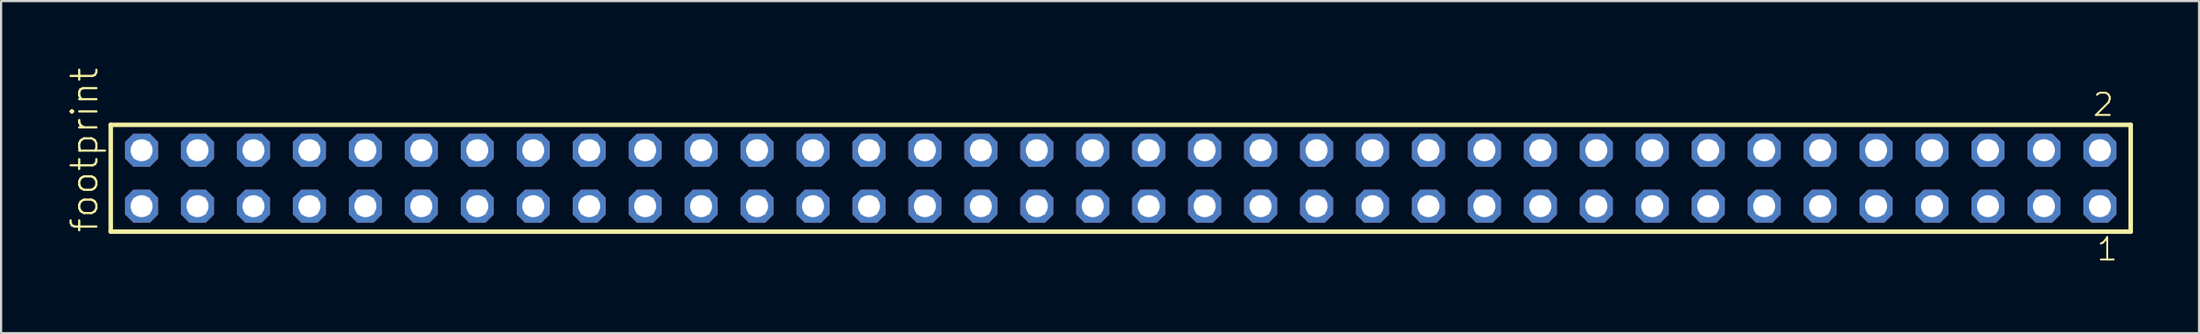
<source format=kicad_pcb>
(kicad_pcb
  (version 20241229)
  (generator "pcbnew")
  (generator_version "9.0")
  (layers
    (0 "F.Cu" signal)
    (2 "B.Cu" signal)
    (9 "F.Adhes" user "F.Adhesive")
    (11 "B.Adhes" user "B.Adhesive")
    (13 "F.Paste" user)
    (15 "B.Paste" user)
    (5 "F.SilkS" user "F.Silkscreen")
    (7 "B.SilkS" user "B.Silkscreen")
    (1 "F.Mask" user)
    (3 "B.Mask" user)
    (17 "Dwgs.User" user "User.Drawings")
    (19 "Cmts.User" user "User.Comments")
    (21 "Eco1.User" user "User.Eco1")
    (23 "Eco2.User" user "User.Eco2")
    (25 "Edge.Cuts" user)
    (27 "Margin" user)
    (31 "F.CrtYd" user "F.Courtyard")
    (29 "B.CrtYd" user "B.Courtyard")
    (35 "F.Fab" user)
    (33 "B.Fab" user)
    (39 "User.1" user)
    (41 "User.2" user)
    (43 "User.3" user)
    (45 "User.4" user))
  (footprint "footprint"
    (layer "F.Cu")
    (at 47.828 5.042)
    (property "Reference" "footprint" (at -46.355 2.54 90) (layer "F.SilkS") (effects (font (size 1.168 1.168) (thickness 0.102)) (justify left bottom)))
    (fp_line (start -45.849 -2.425) (end 45.849 -2.425) (stroke (width 0.203) (type solid)) (layer "F.SilkS"))
    (fp_line (start -45.849 2.425) (end -45.849 -2.425) (stroke (width 0.203) (type solid)) (layer "F.SilkS"))
    (fp_line (start 45.849 -2.425) (end 45.849 2.425) (stroke (width 0.203) (type solid)) (layer "F.SilkS"))
    (fp_line (start 45.849 2.425) (end -45.849 2.425) (stroke (width 0.203) (type solid)) (layer "F.SilkS"))
    (fp_poly (pts (xy -44.8 -0.92) (xy -44.1 -0.92) (xy -44.1 -1.62) (xy -44.8 -1.62)) (stroke (width 0.1) (type solid)) (fill no) (layer "F.Fab"))
    (fp_poly (pts (xy -44.8 1.62) (xy -44.1 1.62) (xy -44.1 0.92) (xy -44.8 0.92)) (stroke (width 0.1) (type solid)) (fill no) (layer "F.Fab"))
    (fp_poly (pts (xy -42.26 -0.92) (xy -41.56 -0.92) (xy -41.56 -1.62) (xy -42.26 -1.62)) (stroke (width 0.1) (type solid)) (fill no) (layer "F.Fab"))
    (fp_poly (pts (xy -42.26 1.62) (xy -41.56 1.62) (xy -41.56 0.92) (xy -42.26 0.92)) (stroke (width 0.1) (type solid)) (fill no) (layer "F.Fab"))
    (fp_poly (pts (xy -39.72 -0.92) (xy -39.02 -0.92) (xy -39.02 -1.62) (xy -39.72 -1.62)) (stroke (width 0.1) (type solid)) (fill no) (layer "F.Fab"))
    (fp_poly (pts (xy -39.72 1.62) (xy -39.02 1.62) (xy -39.02 0.92) (xy -39.72 0.92)) (stroke (width 0.1) (type solid)) (fill no) (layer "F.Fab"))
    (fp_poly (pts (xy -37.18 -0.92) (xy -36.48 -0.92) (xy -36.48 -1.62) (xy -37.18 -1.62)) (stroke (width 0.1) (type solid)) (fill no) (layer "F.Fab"))
    (fp_poly (pts (xy -37.18 1.62) (xy -36.48 1.62) (xy -36.48 0.92) (xy -37.18 0.92)) (stroke (width 0.1) (type solid)) (fill no) (layer "F.Fab"))
    (fp_poly (pts (xy -34.64 -0.92) (xy -33.94 -0.92) (xy -33.94 -1.62) (xy -34.64 -1.62)) (stroke (width 0.1) (type solid)) (fill no) (layer "F.Fab"))
    (fp_poly (pts (xy -34.64 1.62) (xy -33.94 1.62) (xy -33.94 0.92) (xy -34.64 0.92)) (stroke (width 0.1) (type solid)) (fill no) (layer "F.Fab"))
    (fp_poly (pts (xy -32.1 -0.92) (xy -31.4 -0.92) (xy -31.4 -1.62) (xy -32.1 -1.62)) (stroke (width 0.1) (type solid)) (fill no) (layer "F.Fab"))
    (fp_poly (pts (xy -32.1 1.62) (xy -31.4 1.62) (xy -31.4 0.92) (xy -32.1 0.92)) (stroke (width 0.1) (type solid)) (fill no) (layer "F.Fab"))
    (fp_poly (pts (xy -29.56 -0.92) (xy -28.86 -0.92) (xy -28.86 -1.62) (xy -29.56 -1.62)) (stroke (width 0.1) (type solid)) (fill no) (layer "F.Fab"))
    (fp_poly (pts (xy -29.56 1.62) (xy -28.86 1.62) (xy -28.86 0.92) (xy -29.56 0.92)) (stroke (width 0.1) (type solid)) (fill no) (layer "F.Fab"))
    (fp_poly (pts (xy -27.02 -0.92) (xy -26.32 -0.92) (xy -26.32 -1.62) (xy -27.02 -1.62)) (stroke (width 0.1) (type solid)) (fill no) (layer "F.Fab"))
    (fp_poly (pts (xy -27.02 1.62) (xy -26.32 1.62) (xy -26.32 0.92) (xy -27.02 0.92)) (stroke (width 0.1) (type solid)) (fill no) (layer "F.Fab"))
    (fp_poly (pts (xy -24.48 -0.92) (xy -23.78 -0.92) (xy -23.78 -1.62) (xy -24.48 -1.62)) (stroke (width 0.1) (type solid)) (fill no) (layer "F.Fab"))
    (fp_poly (pts (xy -24.48 1.62) (xy -23.78 1.62) (xy -23.78 0.92) (xy -24.48 0.92)) (stroke (width 0.1) (type solid)) (fill no) (layer "F.Fab"))
    (fp_poly (pts (xy -21.94 -0.92) (xy -21.24 -0.92) (xy -21.24 -1.62) (xy -21.94 -1.62)) (stroke (width 0.1) (type solid)) (fill no) (layer "F.Fab"))
    (fp_poly (pts (xy -21.94 1.62) (xy -21.24 1.62) (xy -21.24 0.92) (xy -21.94 0.92)) (stroke (width 0.1) (type solid)) (fill no) (layer "F.Fab"))
    (fp_poly (pts (xy -19.4 -0.92) (xy -18.7 -0.92) (xy -18.7 -1.62) (xy -19.4 -1.62)) (stroke (width 0.1) (type solid)) (fill no) (layer "F.Fab"))
    (fp_poly (pts (xy -19.4 1.62) (xy -18.7 1.62) (xy -18.7 0.92) (xy -19.4 0.92)) (stroke (width 0.1) (type solid)) (fill no) (layer "F.Fab"))
    (fp_poly (pts (xy -16.86 -0.92) (xy -16.16 -0.92) (xy -16.16 -1.62) (xy -16.86 -1.62)) (stroke (width 0.1) (type solid)) (fill no) (layer "F.Fab"))
    (fp_poly (pts (xy -16.86 1.62) (xy -16.16 1.62) (xy -16.16 0.92) (xy -16.86 0.92)) (stroke (width 0.1) (type solid)) (fill no) (layer "F.Fab"))
    (fp_poly (pts (xy -14.32 -0.92) (xy -13.62 -0.92) (xy -13.62 -1.62) (xy -14.32 -1.62)) (stroke (width 0.1) (type solid)) (fill no) (layer "F.Fab"))
    (fp_poly (pts (xy -14.32 1.62) (xy -13.62 1.62) (xy -13.62 0.92) (xy -14.32 0.92)) (stroke (width 0.1) (type solid)) (fill no) (layer "F.Fab"))
    (fp_poly (pts (xy -11.78 -0.92) (xy -11.08 -0.92) (xy -11.08 -1.62) (xy -11.78 -1.62)) (stroke (width 0.1) (type solid)) (fill no) (layer "F.Fab"))
    (fp_poly (pts (xy -11.78 1.62) (xy -11.08 1.62) (xy -11.08 0.92) (xy -11.78 0.92)) (stroke (width 0.1) (type solid)) (fill no) (layer "F.Fab"))
    (fp_poly (pts (xy -9.24 -0.92) (xy -8.54 -0.92) (xy -8.54 -1.62) (xy -9.24 -1.62)) (stroke (width 0.1) (type solid)) (fill no) (layer "F.Fab"))
    (fp_poly (pts (xy -9.24 1.62) (xy -8.54 1.62) (xy -8.54 0.92) (xy -9.24 0.92)) (stroke (width 0.1) (type solid)) (fill no) (layer "F.Fab"))
    (fp_poly (pts (xy -6.7 -0.92) (xy -6 -0.92) (xy -6 -1.62) (xy -6.7 -1.62)) (stroke (width 0.1) (type solid)) (fill no) (layer "F.Fab"))
    (fp_poly (pts (xy -6.7 1.62) (xy -6 1.62) (xy -6 0.92) (xy -6.7 0.92)) (stroke (width 0.1) (type solid)) (fill no) (layer "F.Fab"))
    (fp_poly (pts (xy -4.16 -0.92) (xy -3.46 -0.92) (xy -3.46 -1.62) (xy -4.16 -1.62)) (stroke (width 0.1) (type solid)) (fill no) (layer "F.Fab"))
    (fp_poly (pts (xy -4.16 1.62) (xy -3.46 1.62) (xy -3.46 0.92) (xy -4.16 0.92)) (stroke (width 0.1) (type solid)) (fill no) (layer "F.Fab"))
    (fp_poly (pts (xy -1.62 -0.92) (xy -0.92 -0.92) (xy -0.92 -1.62) (xy -1.62 -1.62)) (stroke (width 0.1) (type solid)) (fill no) (layer "F.Fab"))
    (fp_poly (pts (xy -1.62 1.62) (xy -0.92 1.62) (xy -0.92 0.92) (xy -1.62 0.92)) (stroke (width 0.1) (type solid)) (fill no) (layer "F.Fab"))
    (fp_poly (pts (xy 0.92 -0.92) (xy 1.62 -0.92) (xy 1.62 -1.62) (xy 0.92 -1.62)) (stroke (width 0.1) (type solid)) (fill no) (layer "F.Fab"))
    (fp_poly (pts (xy 0.92 1.62) (xy 1.62 1.62) (xy 1.62 0.92) (xy 0.92 0.92)) (stroke (width 0.1) (type solid)) (fill no) (layer "F.Fab"))
    (fp_poly (pts (xy 3.46 -0.92) (xy 4.16 -0.92) (xy 4.16 -1.62) (xy 3.46 -1.62)) (stroke (width 0.1) (type solid)) (fill no) (layer "F.Fab"))
    (fp_poly (pts (xy 3.46 1.62) (xy 4.16 1.62) (xy 4.16 0.92) (xy 3.46 0.92)) (stroke (width 0.1) (type solid)) (fill no) (layer "F.Fab"))
    (fp_poly (pts (xy 6 -0.92) (xy 6.7 -0.92) (xy 6.7 -1.62) (xy 6 -1.62)) (stroke (width 0.1) (type solid)) (fill no) (layer "F.Fab"))
    (fp_poly (pts (xy 6 1.62) (xy 6.7 1.62) (xy 6.7 0.92) (xy 6 0.92)) (stroke (width 0.1) (type solid)) (fill no) (layer "F.Fab"))
    (fp_poly (pts (xy 8.54 -0.92) (xy 9.24 -0.92) (xy 9.24 -1.62) (xy 8.54 -1.62)) (stroke (width 0.1) (type solid)) (fill no) (layer "F.Fab"))
    (fp_poly (pts (xy 8.54 1.62) (xy 9.24 1.62) (xy 9.24 0.92) (xy 8.54 0.92)) (stroke (width 0.1) (type solid)) (fill no) (layer "F.Fab"))
    (fp_poly (pts (xy 11.08 -0.92) (xy 11.78 -0.92) (xy 11.78 -1.62) (xy 11.08 -1.62)) (stroke (width 0.1) (type solid)) (fill no) (layer "F.Fab"))
    (fp_poly (pts (xy 11.08 1.62) (xy 11.78 1.62) (xy 11.78 0.92) (xy 11.08 0.92)) (stroke (width 0.1) (type solid)) (fill no) (layer "F.Fab"))
    (fp_poly (pts (xy 13.62 -0.92) (xy 14.32 -0.92) (xy 14.32 -1.62) (xy 13.62 -1.62)) (stroke (width 0.1) (type solid)) (fill no) (layer "F.Fab"))
    (fp_poly (pts (xy 13.62 1.62) (xy 14.32 1.62) (xy 14.32 0.92) (xy 13.62 0.92)) (stroke (width 0.1) (type solid)) (fill no) (layer "F.Fab"))
    (fp_poly (pts (xy 16.16 -0.92) (xy 16.86 -0.92) (xy 16.86 -1.62) (xy 16.16 -1.62)) (stroke (width 0.1) (type solid)) (fill no) (layer "F.Fab"))
    (fp_poly (pts (xy 16.16 1.62) (xy 16.86 1.62) (xy 16.86 0.92) (xy 16.16 0.92)) (stroke (width 0.1) (type solid)) (fill no) (layer "F.Fab"))
    (fp_poly (pts (xy 18.7 -0.92) (xy 19.4 -0.92) (xy 19.4 -1.62) (xy 18.7 -1.62)) (stroke (width 0.1) (type solid)) (fill no) (layer "F.Fab"))
    (fp_poly (pts (xy 18.7 1.62) (xy 19.4 1.62) (xy 19.4 0.92) (xy 18.7 0.92)) (stroke (width 0.1) (type solid)) (fill no) (layer "F.Fab"))
    (fp_poly (pts (xy 21.24 -0.92) (xy 21.94 -0.92) (xy 21.94 -1.62) (xy 21.24 -1.62)) (stroke (width 0.1) (type solid)) (fill no) (layer "F.Fab"))
    (fp_poly (pts (xy 21.24 1.62) (xy 21.94 1.62) (xy 21.94 0.92) (xy 21.24 0.92)) (stroke (width 0.1) (type solid)) (fill no) (layer "F.Fab"))
    (fp_poly (pts (xy 23.78 -0.92) (xy 24.48 -0.92) (xy 24.48 -1.62) (xy 23.78 -1.62)) (stroke (width 0.1) (type solid)) (fill no) (layer "F.Fab"))
    (fp_poly (pts (xy 23.78 1.62) (xy 24.48 1.62) (xy 24.48 0.92) (xy 23.78 0.92)) (stroke (width 0.1) (type solid)) (fill no) (layer "F.Fab"))
    (fp_poly (pts (xy 26.32 -0.92) (xy 27.02 -0.92) (xy 27.02 -1.62) (xy 26.32 -1.62)) (stroke (width 0.1) (type solid)) (fill no) (layer "F.Fab"))
    (fp_poly (pts (xy 26.32 1.62) (xy 27.02 1.62) (xy 27.02 0.92) (xy 26.32 0.92)) (stroke (width 0.1) (type solid)) (fill no) (layer "F.Fab"))
    (fp_poly (pts (xy 28.86 -0.92) (xy 29.56 -0.92) (xy 29.56 -1.62) (xy 28.86 -1.62)) (stroke (width 0.1) (type solid)) (fill no) (layer "F.Fab"))
    (fp_poly (pts (xy 28.86 1.62) (xy 29.56 1.62) (xy 29.56 0.92) (xy 28.86 0.92)) (stroke (width 0.1) (type solid)) (fill no) (layer "F.Fab"))
    (fp_poly (pts (xy 31.4 -0.92) (xy 32.1 -0.92) (xy 32.1 -1.62) (xy 31.4 -1.62)) (stroke (width 0.1) (type solid)) (fill no) (layer "F.Fab"))
    (fp_poly (pts (xy 31.4 1.62) (xy 32.1 1.62) (xy 32.1 0.92) (xy 31.4 0.92)) (stroke (width 0.1) (type solid)) (fill no) (layer "F.Fab"))
    (fp_poly (pts (xy 33.94 -0.92) (xy 34.64 -0.92) (xy 34.64 -1.62) (xy 33.94 -1.62)) (stroke (width 0.1) (type solid)) (fill no) (layer "F.Fab"))
    (fp_poly (pts (xy 33.94 1.62) (xy 34.64 1.62) (xy 34.64 0.92) (xy 33.94 0.92)) (stroke (width 0.1) (type solid)) (fill no) (layer "F.Fab"))
    (fp_poly (pts (xy 36.48 -0.92) (xy 37.18 -0.92) (xy 37.18 -1.62) (xy 36.48 -1.62)) (stroke (width 0.1) (type solid)) (fill no) (layer "F.Fab"))
    (fp_poly (pts (xy 36.48 1.62) (xy 37.18 1.62) (xy 37.18 0.92) (xy 36.48 0.92)) (stroke (width 0.1) (type solid)) (fill no) (layer "F.Fab"))
    (fp_poly (pts (xy 39.02 -0.92) (xy 39.72 -0.92) (xy 39.72 -1.62) (xy 39.02 -1.62)) (stroke (width 0.1) (type solid)) (fill no) (layer "F.Fab"))
    (fp_poly (pts (xy 39.02 1.62) (xy 39.72 1.62) (xy 39.72 0.92) (xy 39.02 0.92)) (stroke (width 0.1) (type solid)) (fill no) (layer "F.Fab"))
    (fp_poly (pts (xy 41.56 -0.92) (xy 42.26 -0.92) (xy 42.26 -1.62) (xy 41.56 -1.62)) (stroke (width 0.1) (type solid)) (fill no) (layer "F.Fab"))
    (fp_poly (pts (xy 41.56 1.62) (xy 42.26 1.62) (xy 42.26 0.92) (xy 41.56 0.92)) (stroke (width 0.1) (type solid)) (fill no) (layer "F.Fab"))
    (fp_poly (pts (xy 44.1 -0.92) (xy 44.8 -0.92) (xy 44.8 -1.62) (xy 44.1 -1.62)) (stroke (width 0.1) (type solid)) (fill no) (layer "F.Fab"))
    (fp_poly (pts (xy 44.1 1.62) (xy 44.8 1.62) (xy 44.8 0.92) (xy 44.1 0.92)) (stroke (width 0.1) (type solid)) (fill no) (layer "F.Fab"))
    (fp_text user "2" (at 44.067 -2.744 0) (layer "F.SilkS") (effects (font (size 1.012 1.012) (thickness 0.088)) (justify left bottom)))
    (fp_text user "1" (at 44.242 3.818 0) (layer "F.SilkS") (effects (font (size 1.012 1.012) (thickness 0.088)) (justify left bottom)))
    (pad "1" thru_hole roundrect (at 44.45 1.27 180) (size 1.5 1.5) (drill 1) (layers "*.Cu" "*.Mask") (roundrect_rratio 0.25) (chamfer_ratio 0.25) (chamfer top_left top_right bottom_left bottom_right))
    (pad "2" thru_hole roundrect (at 44.45 -1.27 180) (size 1.5 1.5) (drill 1) (layers "*.Cu" "*.Mask") (roundrect_rratio 0.25) (chamfer_ratio 0.25) (chamfer top_left top_right bottom_left bottom_right))
    (pad "3" thru_hole roundrect (at 41.91 1.27 180) (size 1.5 1.5) (drill 1) (layers "*.Cu" "*.Mask") (roundrect_rratio 0.25) (chamfer_ratio 0.25) (chamfer top_left top_right bottom_left bottom_right))
    (pad "4" thru_hole roundrect (at 41.91 -1.27 180) (size 1.5 1.5) (drill 1) (layers "*.Cu" "*.Mask") (roundrect_rratio 0.25) (chamfer_ratio 0.25) (chamfer top_left top_right bottom_left bottom_right))
    (pad "5" thru_hole roundrect (at 39.37 1.27 180) (size 1.5 1.5) (drill 1) (layers "*.Cu" "*.Mask") (roundrect_rratio 0.25) (chamfer_ratio 0.25) (chamfer top_left top_right bottom_left bottom_right))
    (pad "6" thru_hole roundrect (at 39.37 -1.27 180) (size 1.5 1.5) (drill 1) (layers "*.Cu" "*.Mask") (roundrect_rratio 0.25) (chamfer_ratio 0.25) (chamfer top_left top_right bottom_left bottom_right))
    (pad "7" thru_hole roundrect (at 36.83 1.27 180) (size 1.5 1.5) (drill 1) (layers "*.Cu" "*.Mask") (roundrect_rratio 0.25) (chamfer_ratio 0.25) (chamfer top_left top_right bottom_left bottom_right))
    (pad "8" thru_hole roundrect (at 36.83 -1.27 180) (size 1.5 1.5) (drill 1) (layers "*.Cu" "*.Mask") (roundrect_rratio 0.25) (chamfer_ratio 0.25) (chamfer top_left top_right bottom_left bottom_right))
    (pad "9" thru_hole roundrect (at 34.29 1.27 180) (size 1.5 1.5) (drill 1) (layers "*.Cu" "*.Mask") (roundrect_rratio 0.25) (chamfer_ratio 0.25) (chamfer top_left top_right bottom_left bottom_right))
    (pad "10" thru_hole roundrect (at 34.29 -1.27 180) (size 1.5 1.5) (drill 1) (layers "*.Cu" "*.Mask") (roundrect_rratio 0.25) (chamfer_ratio 0.25) (chamfer top_left top_right bottom_left bottom_right))
    (pad "11" thru_hole roundrect (at 31.75 1.27 180) (size 1.5 1.5) (drill 1) (layers "*.Cu" "*.Mask") (roundrect_rratio 0.25) (chamfer_ratio 0.25) (chamfer top_left top_right bottom_left bottom_right))
    (pad "12" thru_hole roundrect (at 31.75 -1.27 180) (size 1.5 1.5) (drill 1) (layers "*.Cu" "*.Mask") (roundrect_rratio 0.25) (chamfer_ratio 0.25) (chamfer top_left top_right bottom_left bottom_right))
    (pad "13" thru_hole roundrect (at 29.21 1.27 180) (size 1.5 1.5) (drill 1) (layers "*.Cu" "*.Mask") (roundrect_rratio 0.25) (chamfer_ratio 0.25) (chamfer top_left top_right bottom_left bottom_right))
    (pad "14" thru_hole roundrect (at 29.21 -1.27 180) (size 1.5 1.5) (drill 1) (layers "*.Cu" "*.Mask") (roundrect_rratio 0.25) (chamfer_ratio 0.25) (chamfer top_left top_right bottom_left bottom_right))
    (pad "15" thru_hole roundrect (at 26.67 1.27 180) (size 1.5 1.5) (drill 1) (layers "*.Cu" "*.Mask") (roundrect_rratio 0.25) (chamfer_ratio 0.25) (chamfer top_left top_right bottom_left bottom_right))
    (pad "16" thru_hole roundrect (at 26.67 -1.27 180) (size 1.5 1.5) (drill 1) (layers "*.Cu" "*.Mask") (roundrect_rratio 0.25) (chamfer_ratio 0.25) (chamfer top_left top_right bottom_left bottom_right))
    (pad "17" thru_hole roundrect (at 24.13 1.27 180) (size 1.5 1.5) (drill 1) (layers "*.Cu" "*.Mask") (roundrect_rratio 0.25) (chamfer_ratio 0.25) (chamfer top_left top_right bottom_left bottom_right))
    (pad "18" thru_hole roundrect (at 24.13 -1.27 180) (size 1.5 1.5) (drill 1) (layers "*.Cu" "*.Mask") (roundrect_rratio 0.25) (chamfer_ratio 0.25) (chamfer top_left top_right bottom_left bottom_right))
    (pad "19" thru_hole roundrect (at 21.59 1.27 180) (size 1.5 1.5) (drill 1) (layers "*.Cu" "*.Mask") (roundrect_rratio 0.25) (chamfer_ratio 0.25) (chamfer top_left top_right bottom_left bottom_right))
    (pad "20" thru_hole roundrect (at 21.59 -1.27 180) (size 1.5 1.5) (drill 1) (layers "*.Cu" "*.Mask") (roundrect_rratio 0.25) (chamfer_ratio 0.25) (chamfer top_left top_right bottom_left bottom_right))
    (pad "21" thru_hole roundrect (at 19.05 1.27 180) (size 1.5 1.5) (drill 1) (layers "*.Cu" "*.Mask") (roundrect_rratio 0.25) (chamfer_ratio 0.25) (chamfer top_left top_right bottom_left bottom_right))
    (pad "22" thru_hole roundrect (at 19.05 -1.27 180) (size 1.5 1.5) (drill 1) (layers "*.Cu" "*.Mask") (roundrect_rratio 0.25) (chamfer_ratio 0.25) (chamfer top_left top_right bottom_left bottom_right))
    (pad "23" thru_hole roundrect (at 16.51 1.27 180) (size 1.5 1.5) (drill 1) (layers "*.Cu" "*.Mask") (roundrect_rratio 0.25) (chamfer_ratio 0.25) (chamfer top_left top_right bottom_left bottom_right))
    (pad "24" thru_hole roundrect (at 16.51 -1.27 180) (size 1.5 1.5) (drill 1) (layers "*.Cu" "*.Mask") (roundrect_rratio 0.25) (chamfer_ratio 0.25) (chamfer top_left top_right bottom_left bottom_right))
    (pad "25" thru_hole roundrect (at 13.97 1.27 180) (size 1.5 1.5) (drill 1) (layers "*.Cu" "*.Mask") (roundrect_rratio 0.25) (chamfer_ratio 0.25) (chamfer top_left top_right bottom_left bottom_right))
    (pad "26" thru_hole roundrect (at 13.97 -1.27 180) (size 1.5 1.5) (drill 1) (layers "*.Cu" "*.Mask") (roundrect_rratio 0.25) (chamfer_ratio 0.25) (chamfer top_left top_right bottom_left bottom_right))
    (pad "27" thru_hole roundrect (at 11.43 1.27 180) (size 1.5 1.5) (drill 1) (layers "*.Cu" "*.Mask") (roundrect_rratio 0.25) (chamfer_ratio 0.25) (chamfer top_left top_right bottom_left bottom_right))
    (pad "28" thru_hole roundrect (at 11.43 -1.27 180) (size 1.5 1.5) (drill 1) (layers "*.Cu" "*.Mask") (roundrect_rratio 0.25) (chamfer_ratio 0.25) (chamfer top_left top_right bottom_left bottom_right))
    (pad "29" thru_hole roundrect (at 8.89 1.27 180) (size 1.5 1.5) (drill 1) (layers "*.Cu" "*.Mask") (roundrect_rratio 0.25) (chamfer_ratio 0.25) (chamfer top_left top_right bottom_left bottom_right))
    (pad "30" thru_hole roundrect (at 8.89 -1.27 180) (size 1.5 1.5) (drill 1) (layers "*.Cu" "*.Mask") (roundrect_rratio 0.25) (chamfer_ratio 0.25) (chamfer top_left top_right bottom_left bottom_right))
    (pad "31" thru_hole roundrect (at 6.35 1.27 180) (size 1.5 1.5) (drill 1) (layers "*.Cu" "*.Mask") (roundrect_rratio 0.25) (chamfer_ratio 0.25) (chamfer top_left top_right bottom_left bottom_right))
    (pad "32" thru_hole roundrect (at 6.35 -1.27 180) (size 1.5 1.5) (drill 1) (layers "*.Cu" "*.Mask") (roundrect_rratio 0.25) (chamfer_ratio 0.25) (chamfer top_left top_right bottom_left bottom_right))
    (pad "33" thru_hole roundrect (at 3.81 1.27 180) (size 1.5 1.5) (drill 1) (layers "*.Cu" "*.Mask") (roundrect_rratio 0.25) (chamfer_ratio 0.25) (chamfer top_left top_right bottom_left bottom_right))
    (pad "34" thru_hole roundrect (at 3.81 -1.27 180) (size 1.5 1.5) (drill 1) (layers "*.Cu" "*.Mask") (roundrect_rratio 0.25) (chamfer_ratio 0.25) (chamfer top_left top_right bottom_left bottom_right))
    (pad "35" thru_hole roundrect (at 1.27 1.27 180) (size 1.5 1.5) (drill 1) (layers "*.Cu" "*.Mask") (roundrect_rratio 0.25) (chamfer_ratio 0.25) (chamfer top_left top_right bottom_left bottom_right))
    (pad "36" thru_hole roundrect (at 1.27 -1.27 180) (size 1.5 1.5) (drill 1) (layers "*.Cu" "*.Mask") (roundrect_rratio 0.25) (chamfer_ratio 0.25) (chamfer top_left top_right bottom_left bottom_right))
    (pad "37" thru_hole roundrect (at -1.27 1.27 180) (size 1.5 1.5) (drill 1) (layers "*.Cu" "*.Mask") (roundrect_rratio 0.25) (chamfer_ratio 0.25) (chamfer top_left top_right bottom_left bottom_right))
    (pad "38" thru_hole roundrect (at -1.27 -1.27 180) (size 1.5 1.5) (drill 1) (layers "*.Cu" "*.Mask") (roundrect_rratio 0.25) (chamfer_ratio 0.25) (chamfer top_left top_right bottom_left bottom_right))
    (pad "39" thru_hole roundrect (at -3.81 1.27 180) (size 1.5 1.5) (drill 1) (layers "*.Cu" "*.Mask") (roundrect_rratio 0.25) (chamfer_ratio 0.25) (chamfer top_left top_right bottom_left bottom_right))
    (pad "40" thru_hole roundrect (at -3.81 -1.27 180) (size 1.5 1.5) (drill 1) (layers "*.Cu" "*.Mask") (roundrect_rratio 0.25) (chamfer_ratio 0.25) (chamfer top_left top_right bottom_left bottom_right))
    (pad "41" thru_hole roundrect (at -6.35 1.27 180) (size 1.5 1.5) (drill 1) (layers "*.Cu" "*.Mask") (roundrect_rratio 0.25) (chamfer_ratio 0.25) (chamfer top_left top_right bottom_left bottom_right))
    (pad "42" thru_hole roundrect (at -6.35 -1.27 180) (size 1.5 1.5) (drill 1) (layers "*.Cu" "*.Mask") (roundrect_rratio 0.25) (chamfer_ratio 0.25) (chamfer top_left top_right bottom_left bottom_right))
    (pad "43" thru_hole roundrect (at -8.89 1.27 180) (size 1.5 1.5) (drill 1) (layers "*.Cu" "*.Mask") (roundrect_rratio 0.25) (chamfer_ratio 0.25) (chamfer top_left top_right bottom_left bottom_right))
    (pad "44" thru_hole roundrect (at -8.89 -1.27 180) (size 1.5 1.5) (drill 1) (layers "*.Cu" "*.Mask") (roundrect_rratio 0.25) (chamfer_ratio 0.25) (chamfer top_left top_right bottom_left bottom_right))
    (pad "45" thru_hole roundrect (at -11.43 1.27 180) (size 1.5 1.5) (drill 1) (layers "*.Cu" "*.Mask") (roundrect_rratio 0.25) (chamfer_ratio 0.25) (chamfer top_left top_right bottom_left bottom_right))
    (pad "46" thru_hole roundrect (at -11.43 -1.27 180) (size 1.5 1.5) (drill 1) (layers "*.Cu" "*.Mask") (roundrect_rratio 0.25) (chamfer_ratio 0.25) (chamfer top_left top_right bottom_left bottom_right))
    (pad "47" thru_hole roundrect (at -13.97 1.27 180) (size 1.5 1.5) (drill 1) (layers "*.Cu" "*.Mask") (roundrect_rratio 0.25) (chamfer_ratio 0.25) (chamfer top_left top_right bottom_left bottom_right))
    (pad "48" thru_hole roundrect (at -13.97 -1.27 180) (size 1.5 1.5) (drill 1) (layers "*.Cu" "*.Mask") (roundrect_rratio 0.25) (chamfer_ratio 0.25) (chamfer top_left top_right bottom_left bottom_right))
    (pad "49" thru_hole roundrect (at -16.51 1.27 180) (size 1.5 1.5) (drill 1) (layers "*.Cu" "*.Mask") (roundrect_rratio 0.25) (chamfer_ratio 0.25) (chamfer top_left top_right bottom_left bottom_right))
    (pad "50" thru_hole roundrect (at -16.51 -1.27 180) (size 1.5 1.5) (drill 1) (layers "*.Cu" "*.Mask") (roundrect_rratio 0.25) (chamfer_ratio 0.25) (chamfer top_left top_right bottom_left bottom_right))
    (pad "51" thru_hole roundrect (at -19.05 1.27 180) (size 1.5 1.5) (drill 1) (layers "*.Cu" "*.Mask") (roundrect_rratio 0.25) (chamfer_ratio 0.25) (chamfer top_left top_right bottom_left bottom_right))
    (pad "52" thru_hole roundrect (at -19.05 -1.27 180) (size 1.5 1.5) (drill 1) (layers "*.Cu" "*.Mask") (roundrect_rratio 0.25) (chamfer_ratio 0.25) (chamfer top_left top_right bottom_left bottom_right))
    (pad "53" thru_hole roundrect (at -21.59 1.27 180) (size 1.5 1.5) (drill 1) (layers "*.Cu" "*.Mask") (roundrect_rratio 0.25) (chamfer_ratio 0.25) (chamfer top_left top_right bottom_left bottom_right))
    (pad "54" thru_hole roundrect (at -21.59 -1.27 180) (size 1.5 1.5) (drill 1) (layers "*.Cu" "*.Mask") (roundrect_rratio 0.25) (chamfer_ratio 0.25) (chamfer top_left top_right bottom_left bottom_right))
    (pad "55" thru_hole roundrect (at -24.13 1.27 180) (size 1.5 1.5) (drill 1) (layers "*.Cu" "*.Mask") (roundrect_rratio 0.25) (chamfer_ratio 0.25) (chamfer top_left top_right bottom_left bottom_right))
    (pad "56" thru_hole roundrect (at -24.13 -1.27 180) (size 1.5 1.5) (drill 1) (layers "*.Cu" "*.Mask") (roundrect_rratio 0.25) (chamfer_ratio 0.25) (chamfer top_left top_right bottom_left bottom_right))
    (pad "57" thru_hole roundrect (at -26.67 1.27 180) (size 1.5 1.5) (drill 1) (layers "*.Cu" "*.Mask") (roundrect_rratio 0.25) (chamfer_ratio 0.25) (chamfer top_left top_right bottom_left bottom_right))
    (pad "58" thru_hole roundrect (at -26.67 -1.27 180) (size 1.5 1.5) (drill 1) (layers "*.Cu" "*.Mask") (roundrect_rratio 0.25) (chamfer_ratio 0.25) (chamfer top_left top_right bottom_left bottom_right))
    (pad "59" thru_hole roundrect (at -29.21 1.27 180) (size 1.5 1.5) (drill 1) (layers "*.Cu" "*.Mask") (roundrect_rratio 0.25) (chamfer_ratio 0.25) (chamfer top_left top_right bottom_left bottom_right))
    (pad "60" thru_hole roundrect (at -29.21 -1.27 180) (size 1.5 1.5) (drill 1) (layers "*.Cu" "*.Mask") (roundrect_rratio 0.25) (chamfer_ratio 0.25) (chamfer top_left top_right bottom_left bottom_right))
    (pad "61" thru_hole roundrect (at -31.75 1.27 180) (size 1.5 1.5) (drill 1) (layers "*.Cu" "*.Mask") (roundrect_rratio 0.25) (chamfer_ratio 0.25) (chamfer top_left top_right bottom_left bottom_right))
    (pad "62" thru_hole roundrect (at -31.75 -1.27 180) (size 1.5 1.5) (drill 1) (layers "*.Cu" "*.Mask") (roundrect_rratio 0.25) (chamfer_ratio 0.25) (chamfer top_left top_right bottom_left bottom_right))
    (pad "63" thru_hole roundrect (at -34.29 1.27 180) (size 1.5 1.5) (drill 1) (layers "*.Cu" "*.Mask") (roundrect_rratio 0.25) (chamfer_ratio 0.25) (chamfer top_left top_right bottom_left bottom_right))
    (pad "64" thru_hole roundrect (at -34.29 -1.27 180) (size 1.5 1.5) (drill 1) (layers "*.Cu" "*.Mask") (roundrect_rratio 0.25) (chamfer_ratio 0.25) (chamfer top_left top_right bottom_left bottom_right))
    (pad "65" thru_hole roundrect (at -36.83 1.27 180) (size 1.5 1.5) (drill 1) (layers "*.Cu" "*.Mask") (roundrect_rratio 0.25) (chamfer_ratio 0.25) (chamfer top_left top_right bottom_left bottom_right))
    (pad "66" thru_hole roundrect (at -36.83 -1.27 180) (size 1.5 1.5) (drill 1) (layers "*.Cu" "*.Mask") (roundrect_rratio 0.25) (chamfer_ratio 0.25) (chamfer top_left top_right bottom_left bottom_right))
    (pad "67" thru_hole roundrect (at -39.37 1.27 180) (size 1.5 1.5) (drill 1) (layers "*.Cu" "*.Mask") (roundrect_rratio 0.25) (chamfer_ratio 0.25) (chamfer top_left top_right bottom_left bottom_right))
    (pad "68" thru_hole roundrect (at -39.37 -1.27 180) (size 1.5 1.5) (drill 1) (layers "*.Cu" "*.Mask") (roundrect_rratio 0.25) (chamfer_ratio 0.25) (chamfer top_left top_right bottom_left bottom_right))
    (pad "69" thru_hole roundrect (at -41.91 1.27 180) (size 1.5 1.5) (drill 1) (layers "*.Cu" "*.Mask") (roundrect_rratio 0.25) (chamfer_ratio 0.25) (chamfer top_left top_right bottom_left bottom_right))
    (pad "70" thru_hole roundrect (at -41.91 -1.27 180) (size 1.5 1.5) (drill 1) (layers "*.Cu" "*.Mask") (roundrect_rratio 0.25) (chamfer_ratio 0.25) (chamfer top_left top_right bottom_left bottom_right))
    (pad "71" thru_hole roundrect (at -44.45 1.27 180) (size 1.5 1.5) (drill 1) (layers "*.Cu" "*.Mask") (roundrect_rratio 0.25) (chamfer_ratio 0.25) (chamfer top_left top_right bottom_left bottom_right))
    (pad "72" thru_hole roundrect (at -44.45 -1.27 180) (size 1.5 1.5) (drill 1) (layers "*.Cu" "*.Mask") (roundrect_rratio 0.25) (chamfer_ratio 0.25) (chamfer top_left top_right bottom_left bottom_right)))
  (gr_rect
    (start -3 -3)
    (end 96.779 12.077)
    (stroke (width 0.1) (type default))
    (fill no)
    (layer "Edge.Cuts")))
</source>
